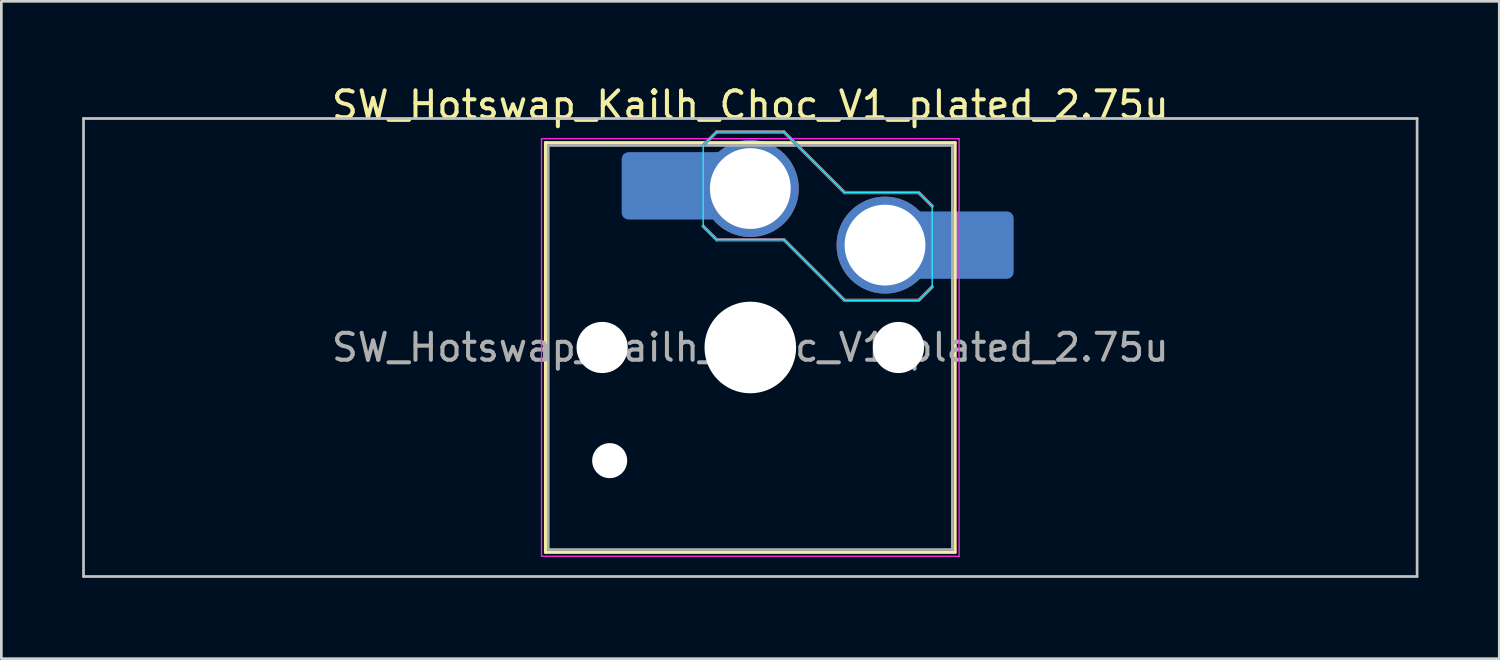
<source format=kicad_pcb>
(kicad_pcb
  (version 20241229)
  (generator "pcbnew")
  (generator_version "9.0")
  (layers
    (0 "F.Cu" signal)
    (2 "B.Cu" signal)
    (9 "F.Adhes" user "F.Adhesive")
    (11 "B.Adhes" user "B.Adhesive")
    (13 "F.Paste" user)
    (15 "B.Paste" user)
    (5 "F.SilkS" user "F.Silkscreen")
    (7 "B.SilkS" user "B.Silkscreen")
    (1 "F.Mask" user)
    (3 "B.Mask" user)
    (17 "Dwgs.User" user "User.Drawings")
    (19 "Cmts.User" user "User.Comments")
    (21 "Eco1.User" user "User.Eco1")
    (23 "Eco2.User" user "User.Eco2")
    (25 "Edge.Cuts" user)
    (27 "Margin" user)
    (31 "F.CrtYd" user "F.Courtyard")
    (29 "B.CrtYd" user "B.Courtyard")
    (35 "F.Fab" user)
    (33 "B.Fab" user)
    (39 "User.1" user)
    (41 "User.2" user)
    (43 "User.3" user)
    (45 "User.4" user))
  (footprint "SW_Hotswap_Kailh_Choc_V1_plated_2.75u"
    (layer "F.Cu")
    (at 24.8 9.848)
    (property "Reference" "SW_Hotswap_Kailh_Choc_V1_plated_2.75u" (at 0 -9 0) (layer "F.SilkS") (effects (font (size 1 1) (thickness 0.15))))
    (attr smd)
    (fp_line (start -7.6 -7.6) (end -7.6 7.6) (stroke (width 0.12) (type solid)) (layer "F.SilkS"))
    (fp_line (start -7.6 7.6) (end 7.6 7.6) (stroke (width 0.12) (type solid)) (layer "F.SilkS"))
    (fp_line (start 7.6 -7.6) (end -7.6 -7.6) (stroke (width 0.12) (type solid)) (layer "F.SilkS"))
    (fp_line (start 7.6 7.6) (end 7.6 -7.6) (stroke (width 0.12) (type solid)) (layer "F.SilkS"))
    (fp_line (start -1.75 -7.5) (end -1.25 -8) (stroke (width 0.12) (type solid)) (layer "B.SilkS"))
    (fp_line (start -1.25 -8) (end 1.25 -8) (stroke (width 0.12) (type solid)) (layer "B.SilkS"))
    (fp_line (start -1.25 -4) (end -1.75 -4.5) (stroke (width 0.12) (type solid)) (layer "B.SilkS"))
    (fp_line (start 1.25 -8) (end 3.5 -5.75) (stroke (width 0.12) (type solid)) (layer "B.SilkS"))
    (fp_line (start 1.25 -4) (end -1.25 -4) (stroke (width 0.12) (type solid)) (layer "B.SilkS"))
    (fp_line (start 3.5 -5.75) (end 6.25 -5.75) (stroke (width 0.12) (type solid)) (layer "B.SilkS"))
    (fp_line (start 3.5 -1.75) (end 1.25 -4) (stroke (width 0.12) (type solid)) (layer "B.SilkS"))
    (fp_line (start 6.25 -5.75) (end 6.75 -5.25) (stroke (width 0.12) (type solid)) (layer "B.SilkS"))
    (fp_line (start 6.25 -1.75) (end 3.5 -1.75) (stroke (width 0.12) (type solid)) (layer "B.SilkS"))
    (fp_line (start 6.75 -2.25) (end 6.25 -1.75) (stroke (width 0.12) (type solid)) (layer "B.SilkS"))
    (fp_line (start -24.75 -8.5) (end -24.75 8.5) (stroke (width 0.1) (type solid)) (layer "Dwgs.User"))
    (fp_line (start -24.75 8.5) (end 24.75 8.5) (stroke (width 0.1) (type solid)) (layer "Dwgs.User"))
    (fp_line (start 24.75 -8.5) (end -24.75 -8.5) (stroke (width 0.1) (type solid)) (layer "Dwgs.User"))
    (fp_line (start 24.75 8.5) (end 24.75 -8.5) (stroke (width 0.1) (type solid)) (layer "Dwgs.User"))
    (fp_line (start -7.25 -7.25) (end -7.25 7.25) (stroke (width 0.1) (type solid)) (layer "Eco1.User"))
    (fp_line (start -7.25 7.25) (end 7.25 7.25) (stroke (width 0.1) (type solid)) (layer "Eco1.User"))
    (fp_line (start 7.25 -7.25) (end -7.25 -7.25) (stroke (width 0.1) (type solid)) (layer "Eco1.User"))
    (fp_line (start 7.25 7.25) (end 7.25 -7.25) (stroke (width 0.1) (type solid)) (layer "Eco1.User"))
    (fp_line (start -1.75 -7.5) (end -1.25 -8) (stroke (width 0.05) (type solid)) (layer "B.CrtYd"))
    (fp_line (start -1.75 -4.5) (end -1.75 -7.5) (stroke (width 0.05) (type solid)) (layer "B.CrtYd"))
    (fp_line (start -1.25 -8) (end 1.25 -8) (stroke (width 0.05) (type solid)) (layer "B.CrtYd"))
    (fp_line (start -1.25 -4) (end -1.75 -4.5) (stroke (width 0.05) (type solid)) (layer "B.CrtYd"))
    (fp_line (start 1.25 -8) (end 3.5 -5.75) (stroke (width 0.05) (type solid)) (layer "B.CrtYd"))
    (fp_line (start 1.25 -4) (end -1.25 -4) (stroke (width 0.05) (type solid)) (layer "B.CrtYd"))
    (fp_line (start 3.5 -5.75) (end 6.25 -5.75) (stroke (width 0.05) (type solid)) (layer "B.CrtYd"))
    (fp_line (start 3.5 -1.75) (end 1.25 -4) (stroke (width 0.05) (type solid)) (layer "B.CrtYd"))
    (fp_line (start 6.25 -5.75) (end 6.75 -5.25) (stroke (width 0.05) (type solid)) (layer "B.CrtYd"))
    (fp_line (start 6.25 -1.75) (end 3.5 -1.75) (stroke (width 0.05) (type solid)) (layer "B.CrtYd"))
    (fp_line (start 6.75 -5.25) (end 6.75 -2.25) (stroke (width 0.05) (type solid)) (layer "B.CrtYd"))
    (fp_line (start 6.75 -2.25) (end 6.25 -1.75) (stroke (width 0.05) (type solid)) (layer "B.CrtYd"))
    (fp_line (start -7.75 -7.75) (end -7.75 7.75) (stroke (width 0.05) (type solid)) (layer "F.CrtYd"))
    (fp_line (start -7.75 7.75) (end 7.75 7.75) (stroke (width 0.05) (type solid)) (layer "F.CrtYd"))
    (fp_line (start 7.75 -7.75) (end -7.75 -7.75) (stroke (width 0.05) (type solid)) (layer "F.CrtYd"))
    (fp_line (start 7.75 7.75) (end 7.75 -7.75) (stroke (width 0.05) (type solid)) (layer "F.CrtYd"))
    (fp_line (start -1.75 -7.5) (end -1.25 -8) (stroke (width 0.1) (type solid)) (layer "B.Fab"))
    (fp_line (start -1.25 -8) (end 1.25 -8) (stroke (width 0.1) (type solid)) (layer "B.Fab"))
    (fp_line (start -1.25 -4) (end -1.75 -4.5) (stroke (width 0.1) (type solid)) (layer "B.Fab"))
    (fp_line (start 1.25 -8) (end 3.5 -5.75) (stroke (width 0.1) (type solid)) (layer "B.Fab"))
    (fp_line (start 1.25 -4) (end -1.25 -4) (stroke (width 0.1) (type solid)) (layer "B.Fab"))
    (fp_line (start 3.5 -5.75) (end 6.25 -5.75) (stroke (width 0.1) (type solid)) (layer "B.Fab"))
    (fp_line (start 3.5 -1.75) (end 1.25 -4) (stroke (width 0.1) (type solid)) (layer "B.Fab"))
    (fp_line (start 6.25 -5.75) (end 6.75 -5.25) (stroke (width 0.1) (type solid)) (layer "B.Fab"))
    (fp_line (start 6.25 -1.75) (end 3.5 -1.75) (stroke (width 0.1) (type solid)) (layer "B.Fab"))
    (fp_line (start 6.75 -2.25) (end 6.25 -1.75) (stroke (width 0.1) (type solid)) (layer "B.Fab"))
    (fp_line (start -7.5 -7.5) (end -7.5 7.5) (stroke (width 0.1) (type solid)) (layer "F.Fab"))
    (fp_line (start -7.5 7.5) (end 7.5 7.5) (stroke (width 0.1) (type solid)) (layer "F.Fab"))
    (fp_line (start 7.5 -7.5) (end -7.5 -7.5) (stroke (width 0.1) (type solid)) (layer "F.Fab"))
    (fp_line (start 7.5 7.5) (end 7.5 -7.5) (stroke (width 0.1) (type solid)) (layer "F.Fab"))
    (fp_text user "${REFERENCE}" (at 0 0 0) (layer "F.Fab") (effects (font (size 1 1) (thickness 0.15))))
    (pad "" np_thru_hole circle (at -5.5 0) (size 1.9 1.9) (drill 1.9) (layers "*.Cu" "*.Mask"))
    (pad "" np_thru_hole circle (at -5.22 4.2) (size 1.3 1.3) (drill 1.3) (layers "*.Cu" "*.Mask"))
    (pad "" smd roundrect (at -3.5 -6) (size 2.55 2.5) (layers "B.Mask" "B.Paste") (roundrect_rratio 0.1))
    (pad "" np_thru_hole circle (at 0 0) (size 3.4 3.4) (drill 3.4) (layers "*.Cu" "*.Mask"))
    (pad "" np_thru_hole circle (at 5.5 0) (size 1.9 1.9) (drill 1.9) (layers "*.Cu" "*.Mask"))
    (pad "" smd roundrect (at 8.5 -3.8) (size 2.55 2.5) (layers "B.Mask" "B.Paste") (roundrect_rratio 0.1))
    (pad "1" smd roundrect (at -2.85 -6) (size 3.85 2.5) (layers "B.Cu") (roundrect_rratio 0.1))
    (pad "1" thru_hole circle (at 0 -5.9) (size 3.6 3.6) (drill 3) (layers "*.Cu" "B.Mask"))
    (pad "2" thru_hole circle (at 5 -3.8) (size 3.6 3.6) (drill 3) (layers "*.Cu" "B.Mask"))
    (pad "2" smd roundrect (at 7.85 -3.8) (size 3.85 2.5) (layers "B.Cu") (roundrect_rratio 0.1)))
  (gr_rect
    (start -3 -3)
    (end 52.6 21.398)
    (stroke (width 0.1) (type default))
    (fill no)
    (layer "Edge.Cuts")))
</source>
